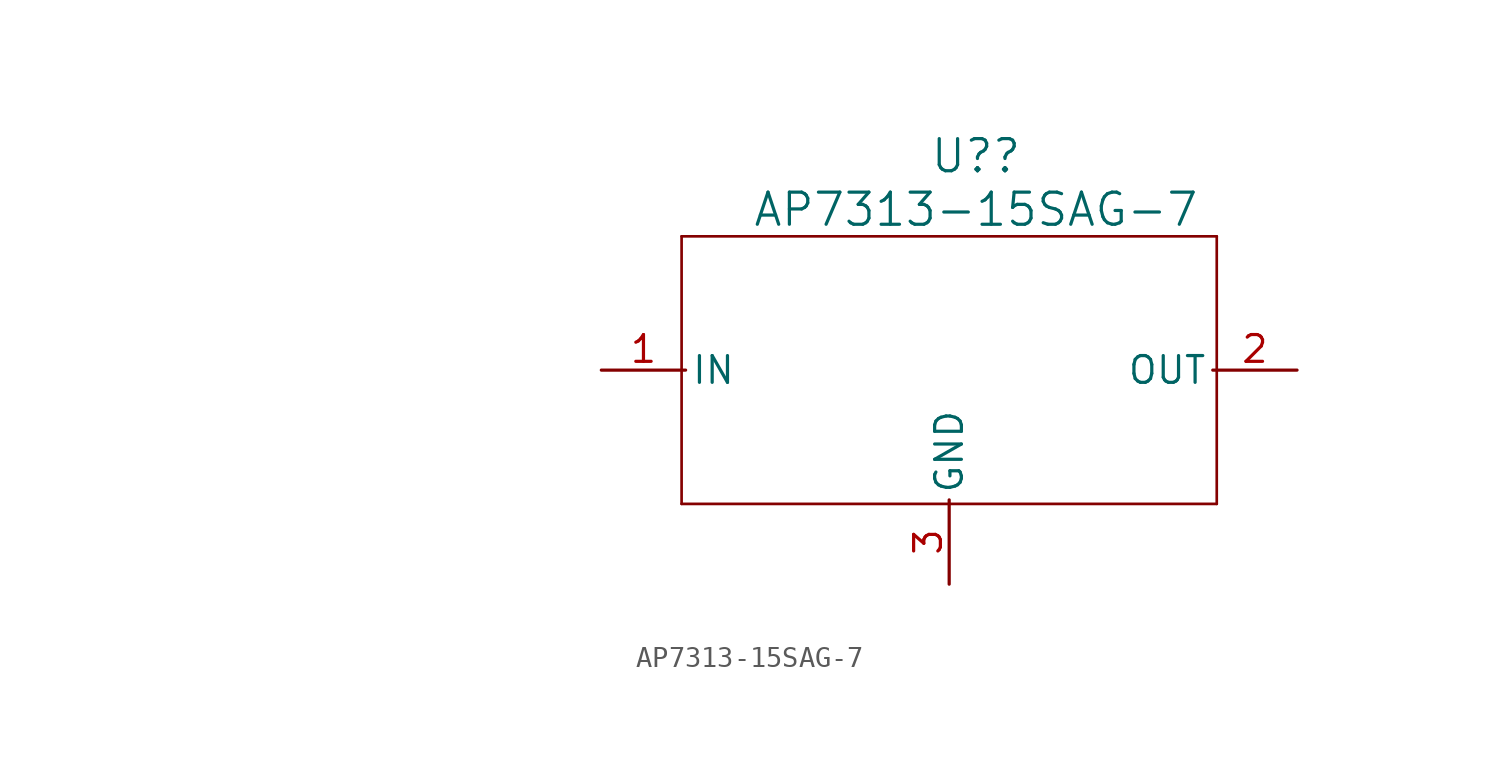
<source format=kicad_sym>
(kicad_symbol_lib
  (version 20220914)
  (generator kicad_symbol_editor)
  (symbol "AP7313-15SAG-7"
    (pin_names
      (offset 0.254))
    (property "Reference" "U?"
      (at 36.83 8.89 0)
      (effects (font (size 1.524 1.524))))
    (property "Value" "AP7313-15SAG-7"
      (at 36.83 6.35 0)
      (effects (font (size 1.524 1.524))))
    (property "LCSC" ""
      (at 0 0 0)
      (effects (font (size 1.27 1.27))))
    (property "ki_locked" ""
      (at 0 0 0)
      (effects (font (size 1.27 1.27))))
    (symbol "AP7313-15SAG-7_0_1"
      (polyline (pts (xy 22.86 -7.62) (xy 48.26 -7.62)) (stroke (width 0.127) (type default)) (fill (type none)))
      (polyline (pts (xy 22.86 5.08) (xy 22.86 -7.62)) (stroke (width 0.127) (type default)) (fill (type none)))
      (polyline (pts (xy 48.26 -7.62) (xy 48.26 5.08)) (stroke (width 0.127) (type default)) (fill (type none)))
      (polyline (pts (xy 48.26 5.08) (xy 22.86 5.08)) (stroke (width 0.127) (type default)) (fill (type none))))
    (symbol "AP7313-15SAG-7_1_1"
      (pin input line (at 19.05 -1.27 0) (length 4) (name "IN" (effects (font (size 1.27 1.27)))) (number "1" (effects (font (size 1.27 1.27)))))
      (pin output line (at 52.07 -1.27 180) (length 4) (name "OUT" (effects (font (size 1.27 1.27)))) (number "2" (effects (font (size 1.27 1.27)))))
      (pin power_in line (at 35.56 -11.43 90) (length 4) (name "GND" (effects (font (size 1.27 1.27)))) (number "3" (effects (font (size 1.27 1.27))))))))
</source>
